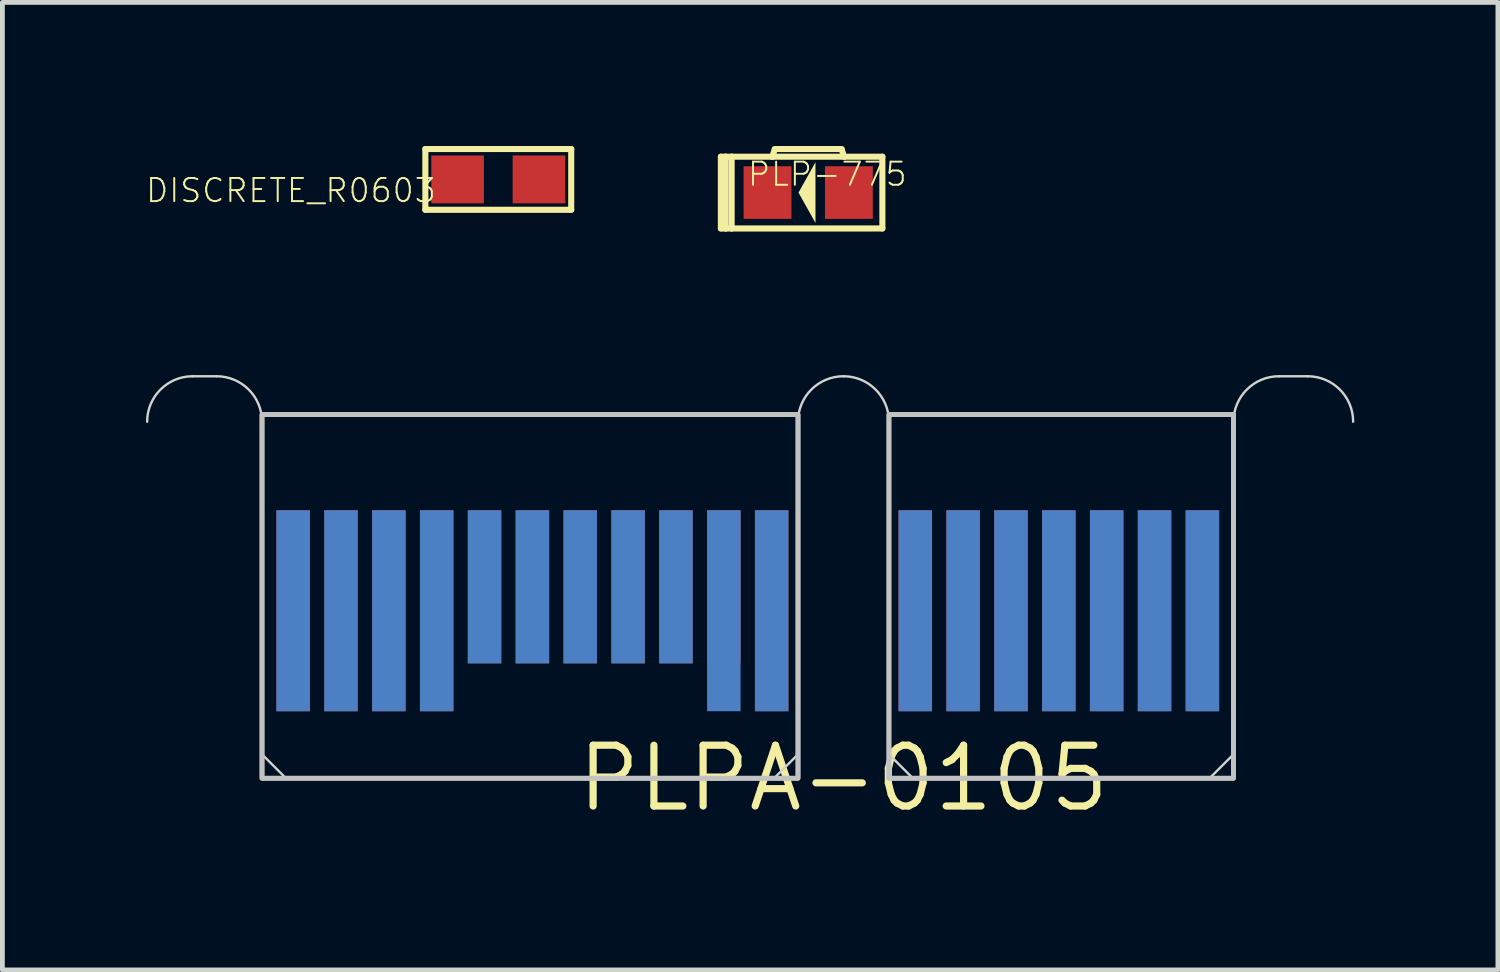
<source format=kicad_pcb>
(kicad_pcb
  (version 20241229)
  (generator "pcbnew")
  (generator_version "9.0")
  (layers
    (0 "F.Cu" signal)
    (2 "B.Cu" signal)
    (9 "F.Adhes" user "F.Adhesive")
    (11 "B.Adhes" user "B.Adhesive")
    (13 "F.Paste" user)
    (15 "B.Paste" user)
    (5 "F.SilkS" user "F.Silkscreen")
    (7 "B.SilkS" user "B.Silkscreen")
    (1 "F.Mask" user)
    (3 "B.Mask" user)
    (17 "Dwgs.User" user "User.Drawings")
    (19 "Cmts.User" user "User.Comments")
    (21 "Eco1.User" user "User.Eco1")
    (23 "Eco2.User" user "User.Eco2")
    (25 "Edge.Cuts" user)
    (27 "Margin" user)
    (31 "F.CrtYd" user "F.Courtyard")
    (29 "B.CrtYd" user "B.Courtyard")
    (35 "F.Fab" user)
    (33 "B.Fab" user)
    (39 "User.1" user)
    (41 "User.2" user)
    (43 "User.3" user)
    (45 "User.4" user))
  (footprint "PLPA-0105"
    (layer "F.Cu")
    (at 14.575 13.212)
    (property "Reference" "PLPA-0105" (at 0 0 0) (layer "F.SilkS") (effects (font (size 1.27 1.27) (thickness 0.15))))
    (attr through_hole)
    (fp_poly (pts (xy -12.15 0) (xy -0.95 0) (xy -0.95 -5.6) (xy -12.15 -5.6)) (stroke (width 0) (type solid)) (fill yes) (layer "F.Mask"))
    (fp_poly (pts (xy 0.95 0) (xy 8.15 0) (xy 8.15 -5.6) (xy 0.95 -5.6)) (stroke (width 0) (type solid)) (fill yes) (layer "F.Mask"))
    (fp_poly (pts (xy -12.15 0) (xy -0.95 0) (xy -0.95 -5.6) (xy -12.15 -5.6)) (stroke (width 0) (type solid)) (fill yes) (layer "B.Mask"))
    (fp_poly (pts (xy 0.95 0) (xy 8.15 0) (xy 8.15 -5.6) (xy 0.95 -5.6)) (stroke (width 0) (type solid)) (fill yes) (layer "B.Mask"))
    (fp_poly (pts (xy -12.15 0) (xy -0.95 0) (xy -0.95 -7.6) (xy -12.15 -7.6)) (stroke (width 0.1) (type solid)) (fill no) (layer "Dwgs.User"))
    (fp_poly (pts (xy -12.15 0) (xy -0.95 0) (xy -0.95 -7.6) (xy -12.15 -7.6)) (stroke (width 0.1) (type solid)) (fill no) (layer "Dwgs.User"))
    (fp_poly (pts (xy 0.95 0) (xy 8.15 0) (xy 8.15 -7.6) (xy 0.95 -7.6)) (stroke (width 0.1) (type solid)) (fill no) (layer "Dwgs.User"))
    (fp_poly (pts (xy 0.95 0) (xy 8.15 0) (xy 8.15 -7.6) (xy 0.95 -7.6)) (stroke (width 0.1) (type solid)) (fill no) (layer "Dwgs.User"))
    (fp_line (start -13.6 -8.4) (end -13.1 -8.4) (stroke (width 0.05) (type solid)) (layer "Edge.Cuts"))
    (fp_line (start -12.15 -7.45) (end -12.15 -0.5) (stroke (width 0.05) (type solid)) (layer "Edge.Cuts"))
    (fp_line (start -12.15 -0.5) (end -11.65 0) (stroke (width 0.05) (type solid)) (layer "Edge.Cuts"))
    (fp_line (start -11.65 0) (end -1.45 0) (stroke (width 0.05) (type solid)) (layer "Edge.Cuts"))
    (fp_line (start -1.45 0) (end -0.95 -0.5) (stroke (width 0.05) (type solid)) (layer "Edge.Cuts"))
    (fp_line (start -0.95 -0.5) (end -0.95 -7.45) (stroke (width 0.05) (type solid)) (layer "Edge.Cuts"))
    (fp_line (start 0.95 -7.45) (end 0.95 -0.5) (stroke (width 0.05) (type solid)) (layer "Edge.Cuts"))
    (fp_line (start 0.95 -0.5) (end 1.45 0) (stroke (width 0.05) (type solid)) (layer "Edge.Cuts"))
    (fp_line (start 1.45 0) (end 7.65 0) (stroke (width 0.05) (type solid)) (layer "Edge.Cuts"))
    (fp_line (start 7.65 0) (end 8.15 -0.5) (stroke (width 0.05) (type solid)) (layer "Edge.Cuts"))
    (fp_line (start 8.15 -0.5) (end 8.15 -7.45) (stroke (width 0.05) (type solid)) (layer "Edge.Cuts"))
    (fp_line (start 9.1 -8.4) (end 9.7 -8.4) (stroke (width 0.05) (type solid)) (layer "Edge.Cuts"))
    (fp_arc (start -14.55 -7.45) (mid -14.271751 -8.121751) (end -13.6 -8.4) (stroke (width 0.05) (type solid)) (layer "Edge.Cuts"))
    (fp_arc (start -13.1 -8.4) (mid -12.428249 -8.121751) (end -12.15 -7.45) (stroke (width 0.05) (type solid)) (layer "Edge.Cuts"))
    (fp_arc (start -0.95 -7.45) (mid -0.671751 -8.121751) (end 0 -8.4) (stroke (width 0.05) (type solid)) (layer "Edge.Cuts"))
    (fp_arc (start 0 -8.4) (mid 0.671751 -8.121751) (end 0.95 -7.45) (stroke (width 0.05) (type solid)) (layer "Edge.Cuts"))
    (fp_arc (start 8.15 -7.45) (mid 8.428249 -8.121751) (end 9.1 -8.4) (stroke (width 0.05) (type solid)) (layer "Edge.Cuts"))
    (fp_arc (start 9.7 -8.4) (mid 10.371751 -8.121751) (end 10.65 -7.45) (stroke (width 0.05) (type solid)) (layer "Edge.Cuts"))
    (pad "A1" smd rect (at -11.5 -3.5) (size 0.7 4.2) (layers "B.Cu" "B.Mask"))
    (pad "A2" smd rect (at -10.5 -3.5) (size 0.7 4.2) (layers "B.Cu" "B.Mask"))
    (pad "A3" smd rect (at -9.5 -3.5) (size 0.7 4.2) (layers "B.Cu" "B.Mask"))
    (pad "A4" smd rect (at -8.5 -3.5) (size 0.7 4.2) (layers "B.Cu" "B.Mask"))
    (pad "A5" smd rect (at -7.5 -4) (size 0.7 3.2) (layers "B.Cu" "B.Mask"))
    (pad "A6" smd rect (at -6.5 -4) (size 0.7 3.2) (layers "B.Cu" "B.Mask"))
    (pad "A7" smd rect (at -5.5 -4) (size 0.7 3.2) (layers "B.Cu" "B.Mask"))
    (pad "A8" smd rect (at -4.5 -4) (size 0.7 3.2) (layers "B.Cu" "B.Mask"))
    (pad "A9" smd rect (at -3.5 -4) (size 0.7 3.2) (layers "B.Cu" "B.Mask"))
    (pad "A10" smd rect (at -2.5 -3.5) (size 0.7 4.2) (layers "B.Cu" "B.Mask"))
    (pad "A11" smd rect (at -1.5 -3.5) (size 0.7 4.2) (layers "B.Cu" "B.Mask"))
    (pad "A12" smd rect (at 1.5 -3.5) (size 0.7 4.2) (layers "B.Cu" "B.Mask"))
    (pad "A13" smd rect (at 2.5 -3.5) (size 0.7 4.2) (layers "B.Cu" "B.Mask"))
    (pad "A14" smd rect (at 3.5 -3.5) (size 0.7 4.2) (layers "B.Cu" "B.Mask"))
    (pad "A15" smd rect (at 4.5 -3.5) (size 0.7 4.2) (layers "B.Cu" "B.Mask"))
    (pad "A16" smd rect (at 5.5 -3.5) (size 0.7 4.2) (layers "B.Cu" "B.Mask"))
    (pad "A17" smd rect (at 6.5 -3.5) (size 0.7 4.2) (layers "B.Cu" "B.Mask"))
    (pad "A18" smd rect (at 7.5 -3.5) (size 0.7 4.2) (layers "B.Cu" "B.Mask"))
    (pad "B1" smd rect (at -11.5 -3.5) (size 0.7 4.2) (layers "F.Cu" "F.Mask"))
    (pad "B2" smd rect (at -10.5 -3.5) (size 0.7 4.2) (layers "F.Cu" "F.Mask"))
    (pad "B3" smd rect (at -9.5 -3.5) (size 0.7 4.2) (layers "F.Cu" "F.Mask"))
    (pad "B4" smd rect (at -8.5 -3.5) (size 0.7 4.2) (layers "F.Cu" "F.Mask"))
    (pad "B5" smd rect (at -7.5 -4) (size 0.7 3.2) (layers "F.Cu" "F.Mask"))
    (pad "B6" smd rect (at -6.5 -4) (size 0.7 3.2) (layers "F.Cu" "F.Mask"))
    (pad "B7" smd rect (at -5.5 -4) (size 0.7 3.2) (layers "F.Cu" "F.Mask"))
    (pad "B8" smd rect (at -4.5 -4) (size 0.7 3.2) (layers "F.Cu" "F.Mask"))
    (pad "B9" smd rect (at -3.5 -4) (size 0.7 3.2) (layers "F.Cu" "F.Mask"))
    (pad "B10" smd rect (at -2.5 -4) (size 0.7 3.2) (layers "F.Cu" "F.Mask"))
    (pad "B11" smd rect (at -1.5 -3.5) (size 0.7 4.2) (layers "F.Cu" "F.Mask"))
    (pad "B12" smd rect (at 1.5 -3.5) (size 0.7 4.2) (layers "F.Cu" "F.Mask"))
    (pad "B13" smd rect (at 2.5 -3.5) (size 0.7 4.2) (layers "F.Cu" "F.Mask"))
    (pad "B14" smd rect (at 3.5 -3.5) (size 0.7 4.2) (layers "F.Cu" "F.Mask"))
    (pad "B15" smd rect (at 4.5 -3.5) (size 0.7 4.2) (layers "F.Cu" "F.Mask"))
    (pad "B16" smd rect (at 5.5 -3.5) (size 0.7 4.2) (layers "F.Cu" "F.Mask"))
    (pad "B17" smd rect (at 6.5 -3.5) (size 0.7 4.2) (layers "F.Cu" "F.Mask"))
    (pad "B18" smd rect (at 7.5 -3.5) (size 0.7 4.2) (layers "F.Cu" "F.Mask")))
  (footprint "PLP-775"
    (layer "F.Cu")
    (at 13.838 0.974)
    (property "Reference" "PLP-775" (at -1.295 -0.102 0) (layer "F.SilkS") (effects (font (size 0.483 0.483) (thickness 0.041)) (justify left bottom)))
    (attr through_hole)
    (fp_line (start -1.825 0.75) (end -1.825 -0.75) (stroke (width 0.127) (type solid)) (layer "F.SilkS"))
    (fp_line (start -1.725 -0.75) (end -1.825 -0.75) (stroke (width 0.127) (type solid)) (layer "F.SilkS"))
    (fp_line (start -1.725 -0.75) (end -1.725 0.75) (stroke (width 0.127) (type solid)) (layer "F.SilkS"))
    (fp_line (start -1.725 0.75) (end -1.825 0.75) (stroke (width 0.127) (type solid)) (layer "F.SilkS"))
    (fp_line (start -1.725 0.75) (end -1.6 0.75) (stroke (width 0.127) (type solid)) (layer "F.SilkS"))
    (fp_line (start -1.6 -0.75) (end -1.725 -0.75) (stroke (width 0.127) (type solid)) (layer "F.SilkS"))
    (fp_line (start -1.6 0.75) (end -1.6 -0.75) (stroke (width 0.127) (type solid)) (layer "F.SilkS"))
    (fp_line (start -1.6 0.75) (end 1.55 0.75) (stroke (width 0.127) (type solid)) (layer "F.SilkS"))
    (fp_line (start -0.75 -0.75) (end -1.6 -0.75) (stroke (width 0.127) (type solid)) (layer "F.SilkS"))
    (fp_line (start -0.7 -0.91) (end 0.7 -0.91) (stroke (width 0.127) (type solid)) (layer "F.SilkS"))
    (fp_line (start -0.7 -0.9) (end -0.75 -0.75) (stroke (width 0.127) (type solid)) (layer "F.SilkS"))
    (fp_line (start 0.7 -0.9) (end 0.75 -0.75) (stroke (width 0.127) (type solid)) (layer "F.SilkS"))
    (fp_line (start 0.75 -0.75) (end -0.75 -0.75) (stroke (width 0.127) (type solid)) (layer "F.SilkS"))
    (fp_line (start 1.55 -0.75) (end 0.75 -0.75) (stroke (width 0.127) (type solid)) (layer "F.SilkS"))
    (fp_line (start 1.55 0.75) (end 1.55 -0.75) (stroke (width 0.127) (type solid)) (layer "F.SilkS"))
    (fp_poly (pts (xy 0.152 0.635) (xy 0.152 -0.635) (xy -0.203 0)) (stroke (width 0) (type solid)) (fill yes) (layer "F.SilkS"))
    (pad "A" smd rect (at 0.85 0) (size 1 1.1) (layers "F.Cu" "F.Mask" "F.Paste"))
    (pad "C" smd rect (at -0.85 0) (size 1 1.1) (layers "F.Cu" "F.Mask" "F.Paste")))
  (footprint "DISCRETE_R0603"
    (layer "F.Cu")
    (at 7.362 0.699)
    (property "Reference" "DISCRETE_R0603" (at -1.27 -0.051 0) (layer "F.SilkS") (effects (font (size 0.483 0.483) (thickness 0.041)) (justify right top)))
    (attr through_hole)
    (fp_line (start -1.524 -0.635) (end 1.524 -0.635) (stroke (width 0.127) (type solid)) (layer "F.SilkS"))
    (fp_line (start -1.524 0.635) (end -1.524 -0.635) (stroke (width 0.127) (type solid)) (layer "F.SilkS"))
    (fp_line (start 1.524 -0.635) (end 1.524 0.635) (stroke (width 0.127) (type solid)) (layer "F.SilkS"))
    (fp_line (start 1.524 0.635) (end -1.524 0.635) (stroke (width 0.127) (type solid)) (layer "F.SilkS"))
    (pad "1" smd rect (at -0.85 0) (size 1.1 1) (layers "F.Cu" "F.Mask" "F.Paste"))
    (pad "2" smd rect (at 0.85 0) (size 1.1 1) (layers "F.Cu" "F.Mask" "F.Paste")))
  (gr_rect
    (start -3 -3)
    (end 28.25 17.218)
    (stroke (width 0.1) (type default))
    (fill no)
    (layer "Edge.Cuts")))
</source>
